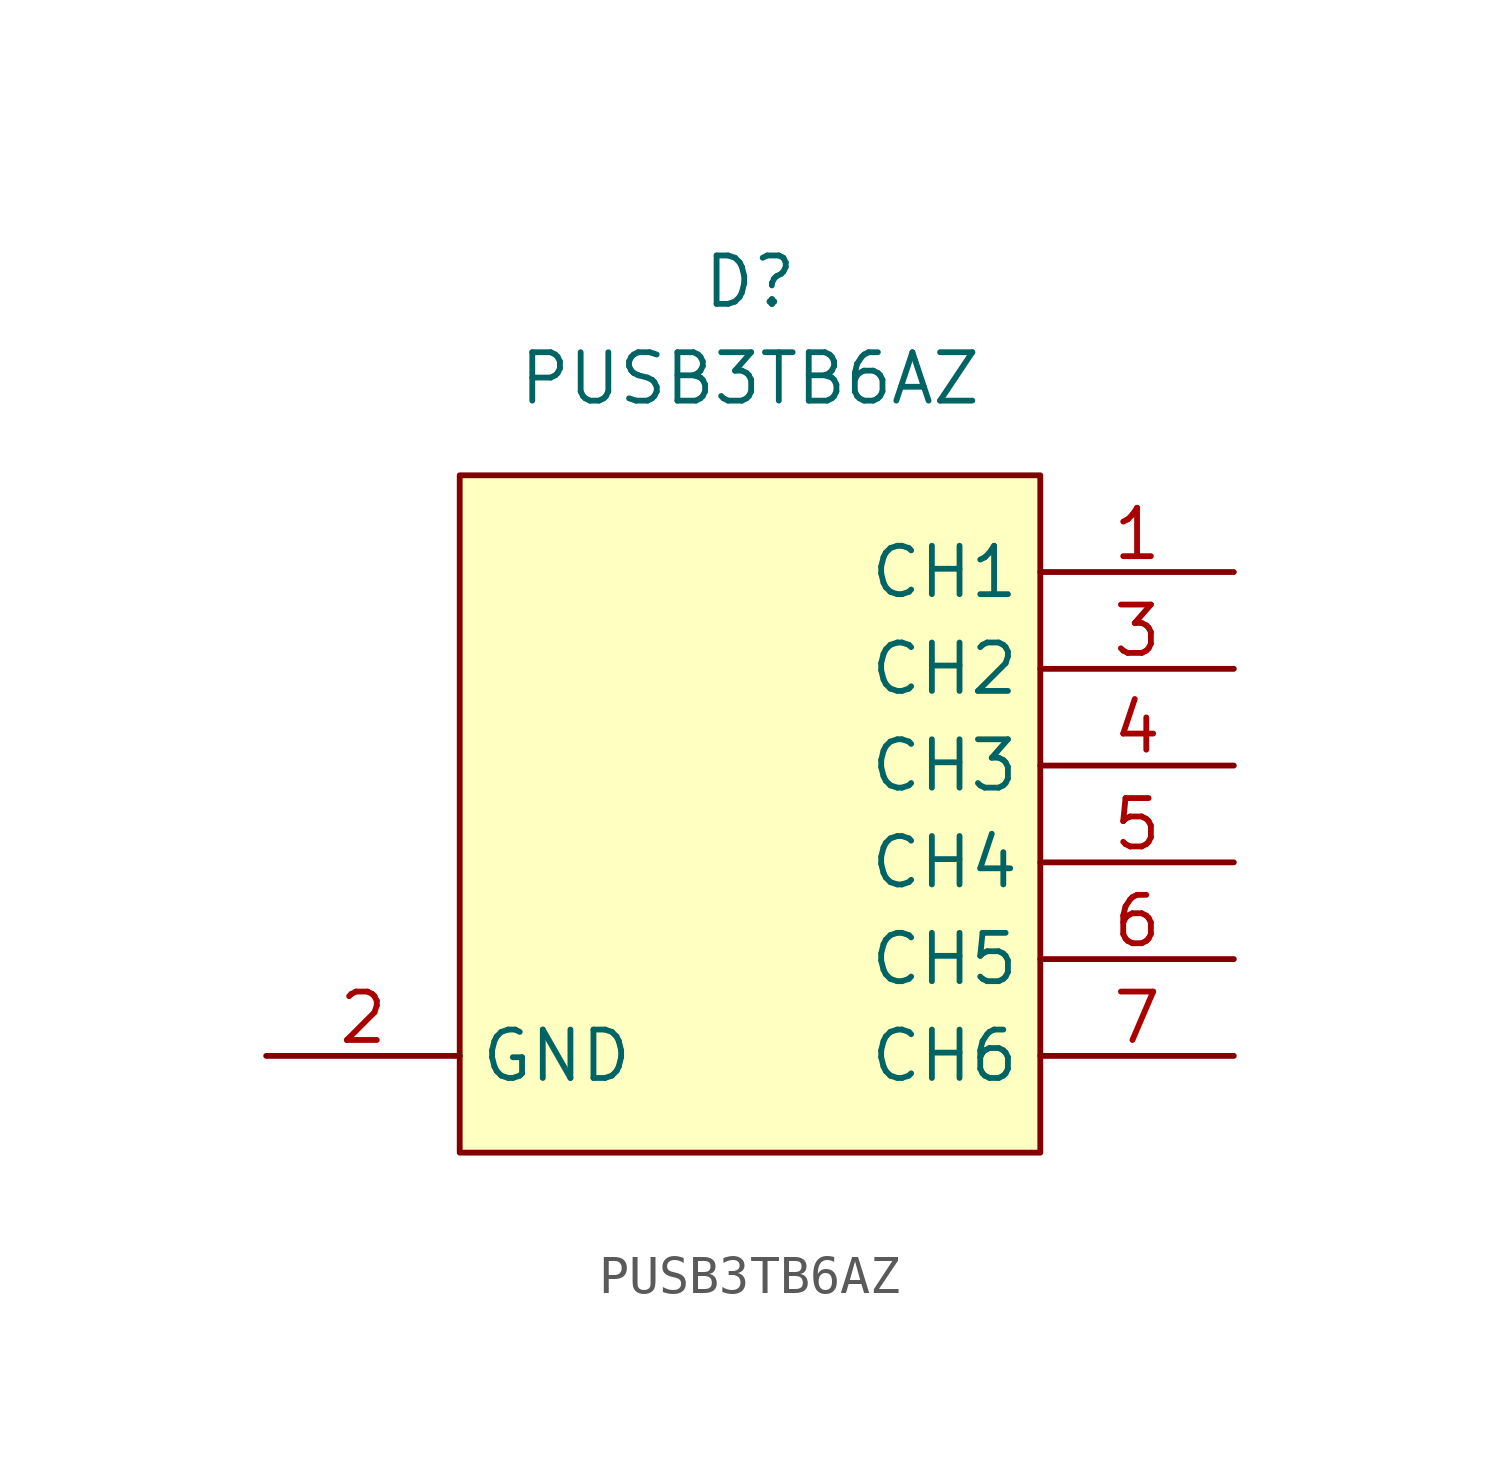
<source format=kicad_sym>
(kicad_symbol_lib
  (version 20241209)
  (generator "kicad_symbol_editor")
  (generator_version "9.0")
  (symbol "PUSB3TB6AZ"
    (property "Reference" "D"
      (at 0 5.08 0)
      (effects (font (size 1.27 1.27))))
    (property "Value" "PUSB3TB6AZ"
      (at 0 2.54 0)
      (effects (font (size 1.27 1.27))))
    (symbol "PUSB3TB6AZ_1_1"
      (rectangle (start -7.62 0) (end 7.62 -17.78) (stroke (width 0) (type solid)) (fill (type background)))
      (pin passive line (at -12.7 -15.24 0) (length 5.08) (name "GND" (effects (font (size 1.27 1.27)))) (number "2" (effects (font (size 1.27 1.27)))))
      (pin passive line (at 12.7 -2.54 180) (length 5.08) (name "CH1" (effects (font (size 1.27 1.27)))) (number "1" (effects (font (size 1.27 1.27)))))
      (pin passive line (at 12.7 -5.08 180) (length 5.08) (name "CH2" (effects (font (size 1.27 1.27)))) (number "3" (effects (font (size 1.27 1.27)))))
      (pin passive line (at 12.7 -7.62 180) (length 5.08) (name "CH3" (effects (font (size 1.27 1.27)))) (number "4" (effects (font (size 1.27 1.27)))))
      (pin passive line (at 12.7 -10.16 180) (length 5.08) (name "CH4" (effects (font (size 1.27 1.27)))) (number "5" (effects (font (size 1.27 1.27)))))
      (pin passive line (at 12.7 -12.7 180) (length 5.08) (name "CH5" (effects (font (size 1.27 1.27)))) (number "6" (effects (font (size 1.27 1.27)))))
      (pin passive line (at 12.7 -15.24 180) (length 5.08) (name "CH6" (effects (font (size 1.27 1.27)))) (number "7" (effects (font (size 1.27 1.27))))))))
</source>
